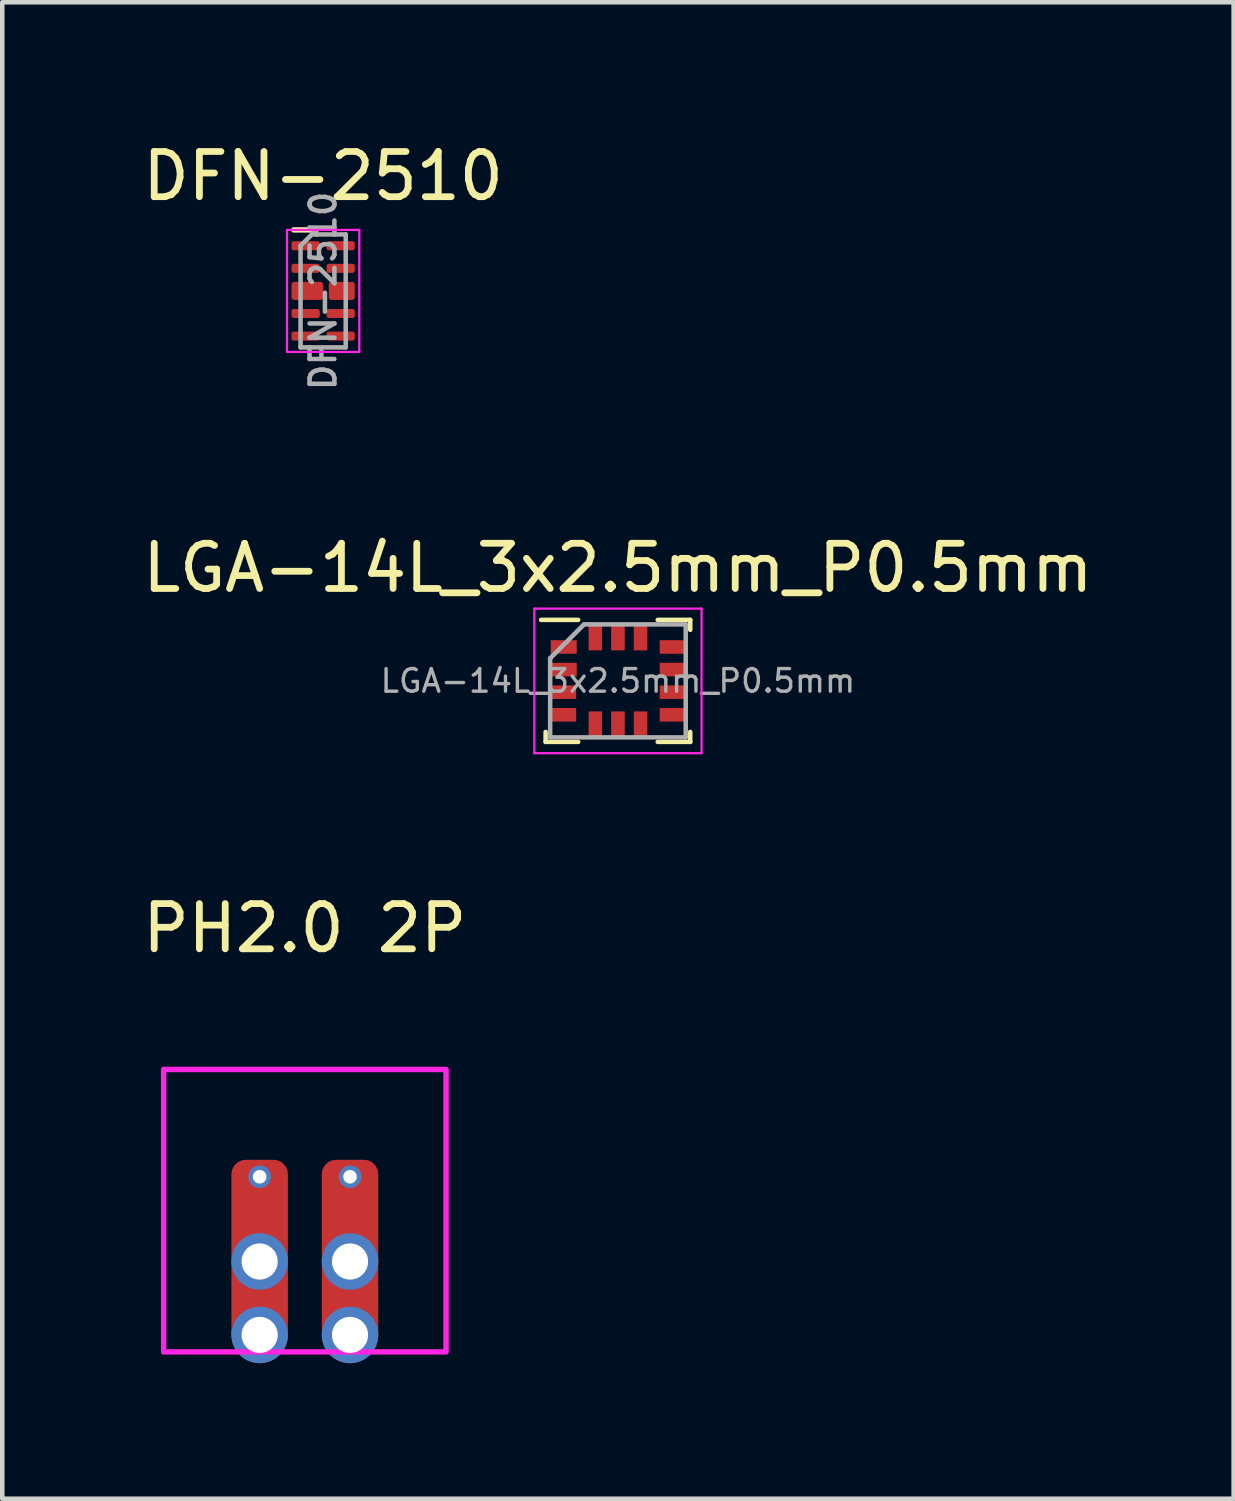
<source format=kicad_pcb>
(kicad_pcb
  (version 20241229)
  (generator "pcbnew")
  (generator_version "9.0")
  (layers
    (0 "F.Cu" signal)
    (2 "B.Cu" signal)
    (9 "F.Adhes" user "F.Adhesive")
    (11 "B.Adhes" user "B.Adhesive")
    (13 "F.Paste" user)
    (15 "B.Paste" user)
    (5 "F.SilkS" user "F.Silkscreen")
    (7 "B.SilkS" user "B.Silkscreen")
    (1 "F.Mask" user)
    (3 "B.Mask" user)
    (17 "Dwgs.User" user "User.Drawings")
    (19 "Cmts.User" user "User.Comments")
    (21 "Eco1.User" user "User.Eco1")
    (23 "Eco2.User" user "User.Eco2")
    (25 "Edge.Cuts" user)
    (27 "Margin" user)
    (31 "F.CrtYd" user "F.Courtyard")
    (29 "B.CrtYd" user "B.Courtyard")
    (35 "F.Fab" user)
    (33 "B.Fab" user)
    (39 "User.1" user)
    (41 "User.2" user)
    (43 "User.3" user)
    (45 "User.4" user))
  (footprint "LGA-14L_3x2.5mm_P0.5mm"
    (layer "F.Cu")
    (at 10.625 12.018)
    (property "Reference" "LGA-14L_3x2.5mm_P0.5mm" (at 0 -2.5 0) (layer "F.SilkS") (effects (font (size 1 1) (thickness 0.15))))
    (attr smd)
    (fp_line (start -1.7 -1.35) (end -0.88 -1.35) (stroke (width 0.1) (type solid)) (layer "F.SilkS"))
    (fp_line (start -1.6 1.35) (end -1.6 1.13) (stroke (width 0.1) (type solid)) (layer "F.SilkS"))
    (fp_line (start -1.6 1.35) (end -0.88 1.35) (stroke (width 0.1) (type solid)) (layer "F.SilkS"))
    (fp_line (start 0.88 -1.35) (end 1.6 -1.35) (stroke (width 0.1) (type solid)) (layer "F.SilkS"))
    (fp_line (start 1.6 -1.35) (end 1.6 -1.13) (stroke (width 0.1) (type solid)) (layer "F.SilkS"))
    (fp_line (start 1.6 1.13) (end 1.6 1.35) (stroke (width 0.1) (type solid)) (layer "F.SilkS"))
    (fp_line (start 1.6 1.35) (end 0.88 1.35) (stroke (width 0.1) (type solid)) (layer "F.SilkS"))
    (fp_line (start -1.85 -1.6) (end 1.85 -1.6) (stroke (width 0.05) (type solid)) (layer "F.CrtYd"))
    (fp_line (start -1.85 1.6) (end -1.85 -1.6) (stroke (width 0.05) (type solid)) (layer "F.CrtYd"))
    (fp_line (start 1.85 -1.6) (end 1.85 1.6) (stroke (width 0.05) (type solid)) (layer "F.CrtYd"))
    (fp_line (start 1.85 1.6) (end -1.85 1.6) (stroke (width 0.05) (type solid)) (layer "F.CrtYd"))
    (fp_line (start -1.5 1.25) (end -1.5 -0.5) (stroke (width 0.1) (type solid)) (layer "F.Fab"))
    (fp_line (start -0.75 -1.25) (end -1.5 -0.5) (stroke (width 0.1) (type solid)) (layer "F.Fab"))
    (fp_line (start -0.75 -1.25) (end 1.5 -1.25) (stroke (width 0.1) (type solid)) (layer "F.Fab"))
    (fp_line (start 1.5 -1.25) (end 1.5 1.25) (stroke (width 0.1) (type solid)) (layer "F.Fab"))
    (fp_line (start 1.5 1.25) (end -1.5 1.25) (stroke (width 0.1) (type solid)) (layer "F.Fab"))
    (fp_text user "${REFERENCE}" (at 0 0 0) (layer "F.Fab") (effects (font (size 0.5 0.5) (thickness 0.075))))
    (pad "1" smd rect (at -1.2 -0.75) (size 0.575 0.3) (layers "F.Cu" "F.Mask" "F.Paste"))
    (pad "2" smd rect (at -1.2 -0.25) (size 0.575 0.3) (layers "F.Cu" "F.Mask" "F.Paste"))
    (pad "3" smd rect (at -1.212 0.25) (size 0.575 0.3) (layers "F.Cu" "F.Mask" "F.Paste"))
    (pad "4" smd rect (at -1.212 0.75) (size 0.575 0.3) (layers "F.Cu" "F.Mask" "F.Paste"))
    (pad "5" smd rect (at -0.5 0.963) (size 0.3 0.575) (layers "F.Cu" "F.Mask" "F.Paste"))
    (pad "6" smd rect (at 0 0.963) (size 0.3 0.575) (layers "F.Cu" "F.Mask" "F.Paste"))
    (pad "7" smd rect (at 0.5 0.963) (size 0.3 0.575) (layers "F.Cu" "F.Mask" "F.Paste"))
    (pad "8" smd rect (at 1.212 0.75) (size 0.575 0.3) (layers "F.Cu" "F.Mask" "F.Paste"))
    (pad "9" smd rect (at 1.212 0.25) (size 0.575 0.3) (layers "F.Cu" "F.Mask" "F.Paste"))
    (pad "10" smd rect (at 1.212 -0.25) (size 0.575 0.3) (layers "F.Cu" "F.Mask" "F.Paste"))
    (pad "11" smd rect (at 1.212 -0.75) (size 0.575 0.3) (layers "F.Cu" "F.Mask" "F.Paste"))
    (pad "12" smd rect (at 0.5 -0.963) (size 0.3 0.575) (layers "F.Cu" "F.Mask" "F.Paste"))
    (pad "13" smd rect (at 0 -0.963) (size 0.3 0.575) (layers "F.Cu" "F.Mask" "F.Paste"))
    (pad "14" smd rect (at -0.5 -0.963) (size 0.3 0.575) (layers "F.Cu" "F.Mask" "F.Paste")))
  (footprint "DFN-2510"
    (layer "F.Cu")
    (at 4.101 3.388)
    (property "Reference" "DFN-2510" (at 0 -2.54 0) (layer "F.SilkS") (effects (font (size 1 1) (thickness 0.15))))
    (attr smd)
    (fp_line (start -0.15 -1.35) (end -0.65 -1.35) (stroke (width 0.12) (type solid)) (layer "F.SilkS"))
    (fp_line (start -0.8 -1.35) (end 0.8 -1.35) (stroke (width 0.05) (type solid)) (layer "F.CrtYd"))
    (fp_line (start -0.8 1.35) (end -0.8 -1.35) (stroke (width 0.05) (type solid)) (layer "F.CrtYd"))
    (fp_line (start 0.8 -1.35) (end 0.8 1.35) (stroke (width 0.05) (type solid)) (layer "F.CrtYd"))
    (fp_line (start 0.8 1.35) (end -0.8 1.35) (stroke (width 0.05) (type solid)) (layer "F.CrtYd"))
    (fp_line (start -0.5 -1) (end -0.5 1.25) (stroke (width 0.1) (type solid)) (layer "F.Fab"))
    (fp_line (start -0.5 1.25) (end 0.5 1.25) (stroke (width 0.1) (type solid)) (layer "F.Fab"))
    (fp_line (start -0.25 -1.25) (end -0.5 -1) (stroke (width 0.1) (type solid)) (layer "F.Fab"))
    (fp_line (start 0.5 -1.25) (end -0.25 -1.25) (stroke (width 0.1) (type solid)) (layer "F.Fab"))
    (fp_line (start 0.5 -1.25) (end 0.5 1.25) (stroke (width 0.1) (type solid)) (layer "F.Fab"))
    (fp_text user "${REFERENCE}" (at 0 0 90) (layer "F.Fab") (effects (font (size 0.55 0.55) (thickness 0.1))))
    (pad "1" smd roundrect (at -0.388 -1 270) (size 0.2 0.625) (layers "F.Cu" "F.Mask" "F.Paste") (roundrect_rratio 0.25))
    (pad "2" smd roundrect (at -0.388 -0.5 270) (size 0.2 0.625) (layers "F.Cu" "F.Mask" "F.Paste") (roundrect_rratio 0.25))
    (pad "3" smd roundrect (at -0.35 0 270) (size 0.4 0.7) (layers "F.Cu" "F.Mask" "F.Paste") (roundrect_rratio 0.15))
    (pad "4" smd roundrect (at -0.388 0.5 270) (size 0.2 0.625) (layers "F.Cu" "F.Mask" "F.Paste") (roundrect_rratio 0.25))
    (pad "5" smd roundrect (at -0.388 1 270) (size 0.2 0.625) (layers "F.Cu" "F.Mask" "F.Paste") (roundrect_rratio 0.25))
    (pad "6" smd roundrect (at 0.388 1 270) (size 0.2 0.625) (layers "F.Cu" "F.Mask" "F.Paste") (roundrect_rratio 0.25))
    (pad "7" smd roundrect (at 0.388 0.5 270) (size 0.2 0.625) (layers "F.Cu" "F.Mask" "F.Paste") (roundrect_rratio 0.25))
    (pad "8" smd roundrect (at 0.412 0 270) (size 0.4 0.575) (layers "F.Cu" "F.Mask" "F.Paste") (roundrect_rratio 0.15))
    (pad "9" smd roundrect (at 0.388 -0.5 270) (size 0.2 0.625) (layers "F.Cu" "F.Mask" "F.Paste") (roundrect_rratio 0.25))
    (pad "10" smd roundrect (at 0.388 -1 270) (size 0.2 0.625) (layers "F.Cu" "F.Mask" "F.Paste") (roundrect_rratio 0.25)))
  (footprint "PH2.0 2P"
    (layer "F.Cu")
    (at 3.696 26.492)
    (property "Reference" "PH2.0 2P" (at 0 -9 0) (unlocked yes) (layer "F.SilkS") (effects (font (size 1 1) (thickness 0.15))))
    (attr through_hole)
    (fp_rect (start -3.125 0.375) (end 3.125 -5.875) (stroke (width 0.12) (type default)) (fill no) (layer "F.CrtYd"))
    (pad "1" thru_hole circle (at -1 -3.5) (size 0.5 0.5) (drill 0.3) (property pad_prop_heatsink) (layers "*.Cu"))
    (pad "1" smd roundrect (at -1 -1.938) (size 1.25 3.875) (layers "F.Cu" "F.Mask") (roundrect_rratio 0.25) (chamfer_ratio 0) (chamfer bottom_left bottom_right))
    (pad "1" thru_hole circle (at -1 -1.625) (size 1.25 1.25) (drill 0.8) (layers "*.Cu" "*.Mask"))
    (pad "1" thru_hole circle (at -1 0) (size 1.25 1.25) (drill 0.8) (layers "*.Cu" "*.Mask"))
    (pad "2" thru_hole circle (at 1 -3.5) (size 0.5 0.5) (drill 0.3) (property pad_prop_heatsink) (layers "*.Cu"))
    (pad "2" smd roundrect (at 1 -1.938) (size 1.25 3.875) (layers "F.Cu" "F.Mask") (roundrect_rratio 0.25) (chamfer_ratio 0) (chamfer bottom_left bottom_right))
    (pad "2" thru_hole circle (at 1 -1.625) (size 1.25 1.25) (drill 0.8) (layers "*.Cu" "*.Mask"))
    (pad "2" thru_hole circle (at 1 0) (size 1.25 1.25) (drill 0.8) (layers "*.Cu" "*.Mask")))
  (gr_rect
    (start -3 -3)
    (end 24.25 30.117)
    (stroke (width 0.1) (type default))
    (fill no)
    (layer "Edge.Cuts")))
</source>
